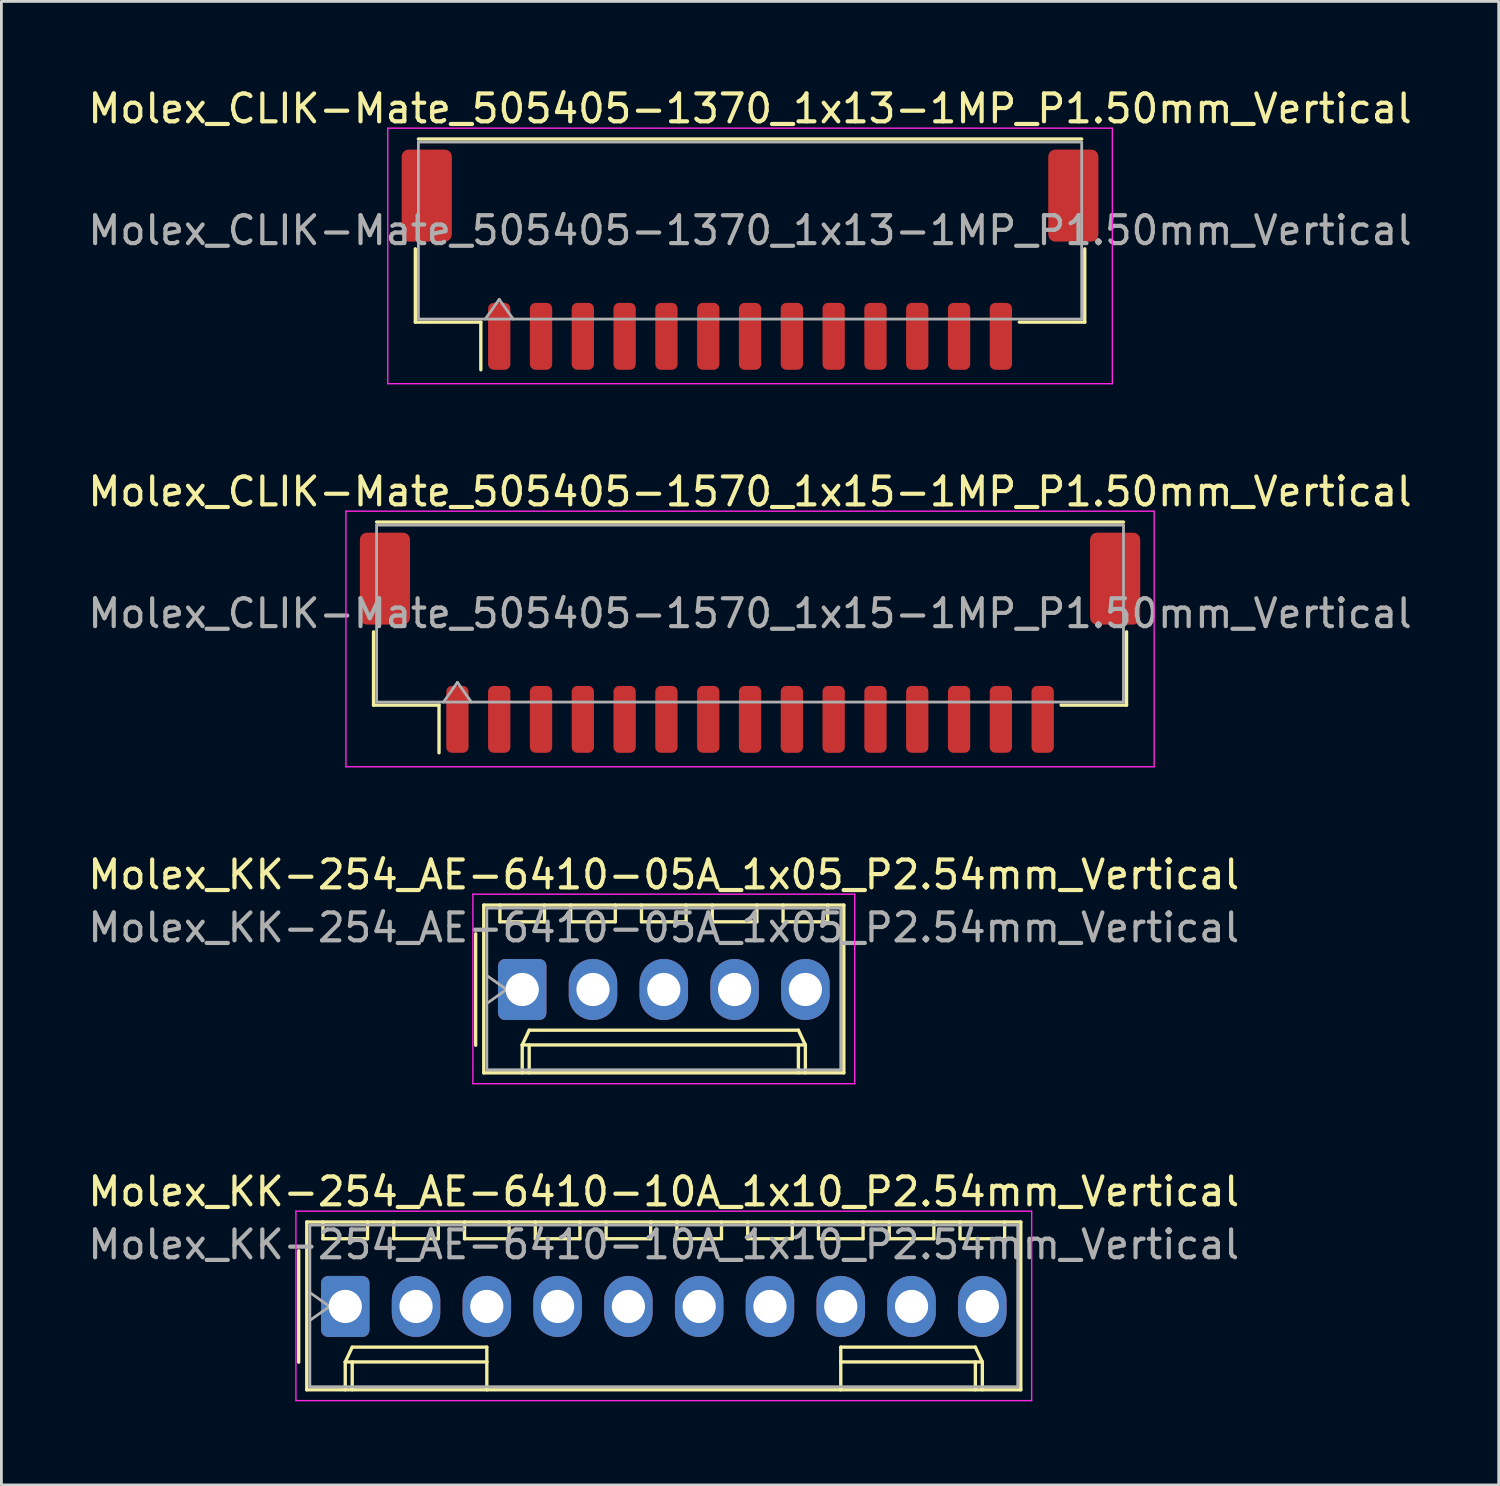
<source format=kicad_pcb>
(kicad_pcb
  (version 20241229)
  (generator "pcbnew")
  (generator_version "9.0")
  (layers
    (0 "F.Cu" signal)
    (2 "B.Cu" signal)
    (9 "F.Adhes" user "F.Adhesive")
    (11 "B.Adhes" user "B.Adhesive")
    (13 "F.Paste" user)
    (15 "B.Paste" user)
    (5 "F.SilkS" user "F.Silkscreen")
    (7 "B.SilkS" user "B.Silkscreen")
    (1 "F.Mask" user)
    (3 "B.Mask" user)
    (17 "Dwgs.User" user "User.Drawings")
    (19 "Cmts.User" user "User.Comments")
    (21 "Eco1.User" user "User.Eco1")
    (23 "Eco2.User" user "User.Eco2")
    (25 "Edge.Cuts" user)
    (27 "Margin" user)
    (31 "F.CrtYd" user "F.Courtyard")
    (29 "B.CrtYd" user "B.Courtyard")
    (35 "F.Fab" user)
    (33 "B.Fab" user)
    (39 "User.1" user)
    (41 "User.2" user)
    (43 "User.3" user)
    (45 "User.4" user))
  (footprint "Molex_KK-254_AE-6410-10A_1x10_P2.54mm_Vertical"
    (layer "F.Cu")
    (at 9.338 43.828)
    (property "Reference" "Molex_KK-254_AE-6410-10A_1x10_P2.54mm_Vertical" (at 11.43 -4.12 0) (layer "F.SilkS") (effects (font (size 1 1) (thickness 0.15))))
    (attr through_hole)
    (fp_line (start -1.67 -2) (end -1.67 2) (stroke (width 0.12) (type solid)) (layer "F.SilkS"))
    (fp_line (start -1.38 -3.03) (end -1.38 2.99) (stroke (width 0.12) (type solid)) (layer "F.SilkS"))
    (fp_line (start -1.38 2.99) (end 24.24 2.99) (stroke (width 0.12) (type solid)) (layer "F.SilkS"))
    (fp_line (start -0.8 -3.03) (end -0.8 -2.43) (stroke (width 0.12) (type solid)) (layer "F.SilkS"))
    (fp_line (start -0.8 -2.43) (end 0.8 -2.43) (stroke (width 0.12) (type solid)) (layer "F.SilkS"))
    (fp_line (start 0 1.99) (end 0.25 1.46) (stroke (width 0.12) (type solid)) (layer "F.SilkS"))
    (fp_line (start 0 1.99) (end 5.08 1.99) (stroke (width 0.12) (type solid)) (layer "F.SilkS"))
    (fp_line (start 0 2.99) (end 0 1.99) (stroke (width 0.12) (type solid)) (layer "F.SilkS"))
    (fp_line (start 0.25 1.46) (end 5.08 1.46) (stroke (width 0.12) (type solid)) (layer "F.SilkS"))
    (fp_line (start 0.25 2.99) (end 0.25 1.99) (stroke (width 0.12) (type solid)) (layer "F.SilkS"))
    (fp_line (start 0.8 -2.43) (end 0.8 -3.03) (stroke (width 0.12) (type solid)) (layer "F.SilkS"))
    (fp_line (start 1.74 -3.03) (end 1.74 -2.43) (stroke (width 0.12) (type solid)) (layer "F.SilkS"))
    (fp_line (start 1.74 -2.43) (end 3.34 -2.43) (stroke (width 0.12) (type solid)) (layer "F.SilkS"))
    (fp_line (start 3.34 -2.43) (end 3.34 -3.03) (stroke (width 0.12) (type solid)) (layer "F.SilkS"))
    (fp_line (start 4.28 -3.03) (end 4.28 -2.43) (stroke (width 0.12) (type solid)) (layer "F.SilkS"))
    (fp_line (start 4.28 -2.43) (end 5.88 -2.43) (stroke (width 0.12) (type solid)) (layer "F.SilkS"))
    (fp_line (start 5.08 1.46) (end 5.08 1.99) (stroke (width 0.12) (type solid)) (layer "F.SilkS"))
    (fp_line (start 5.08 1.99) (end 5.08 2.99) (stroke (width 0.12) (type solid)) (layer "F.SilkS"))
    (fp_line (start 5.88 -2.43) (end 5.88 -3.03) (stroke (width 0.12) (type solid)) (layer "F.SilkS"))
    (fp_line (start 6.82 -3.03) (end 6.82 -2.43) (stroke (width 0.12) (type solid)) (layer "F.SilkS"))
    (fp_line (start 6.82 -2.43) (end 8.42 -2.43) (stroke (width 0.12) (type solid)) (layer "F.SilkS"))
    (fp_line (start 8.42 -2.43) (end 8.42 -3.03) (stroke (width 0.12) (type solid)) (layer "F.SilkS"))
    (fp_line (start 9.36 -3.03) (end 9.36 -2.43) (stroke (width 0.12) (type solid)) (layer "F.SilkS"))
    (fp_line (start 9.36 -2.43) (end 10.96 -2.43) (stroke (width 0.12) (type solid)) (layer "F.SilkS"))
    (fp_line (start 10.96 -2.43) (end 10.96 -3.03) (stroke (width 0.12) (type solid)) (layer "F.SilkS"))
    (fp_line (start 11.9 -3.03) (end 11.9 -2.43) (stroke (width 0.12) (type solid)) (layer "F.SilkS"))
    (fp_line (start 11.9 -2.43) (end 13.5 -2.43) (stroke (width 0.12) (type solid)) (layer "F.SilkS"))
    (fp_line (start 13.5 -2.43) (end 13.5 -3.03) (stroke (width 0.12) (type solid)) (layer "F.SilkS"))
    (fp_line (start 14.44 -3.03) (end 14.44 -2.43) (stroke (width 0.12) (type solid)) (layer "F.SilkS"))
    (fp_line (start 14.44 -2.43) (end 16.04 -2.43) (stroke (width 0.12) (type solid)) (layer "F.SilkS"))
    (fp_line (start 16.04 -2.43) (end 16.04 -3.03) (stroke (width 0.12) (type solid)) (layer "F.SilkS"))
    (fp_line (start 16.98 -3.03) (end 16.98 -2.43) (stroke (width 0.12) (type solid)) (layer "F.SilkS"))
    (fp_line (start 16.98 -2.43) (end 18.58 -2.43) (stroke (width 0.12) (type solid)) (layer "F.SilkS"))
    (fp_line (start 17.78 1.46) (end 17.78 1.99) (stroke (width 0.12) (type solid)) (layer "F.SilkS"))
    (fp_line (start 17.78 1.99) (end 17.78 2.99) (stroke (width 0.12) (type solid)) (layer "F.SilkS"))
    (fp_line (start 18.58 -2.43) (end 18.58 -3.03) (stroke (width 0.12) (type solid)) (layer "F.SilkS"))
    (fp_line (start 19.52 -3.03) (end 19.52 -2.43) (stroke (width 0.12) (type solid)) (layer "F.SilkS"))
    (fp_line (start 19.52 -2.43) (end 21.12 -2.43) (stroke (width 0.12) (type solid)) (layer "F.SilkS"))
    (fp_line (start 21.12 -2.43) (end 21.12 -3.03) (stroke (width 0.12) (type solid)) (layer "F.SilkS"))
    (fp_line (start 22.06 -3.03) (end 22.06 -2.43) (stroke (width 0.12) (type solid)) (layer "F.SilkS"))
    (fp_line (start 22.06 -2.43) (end 23.66 -2.43) (stroke (width 0.12) (type solid)) (layer "F.SilkS"))
    (fp_line (start 22.61 1.46) (end 17.78 1.46) (stroke (width 0.12) (type solid)) (layer "F.SilkS"))
    (fp_line (start 22.61 2.99) (end 22.61 1.99) (stroke (width 0.12) (type solid)) (layer "F.SilkS"))
    (fp_line (start 22.86 1.99) (end 17.78 1.99) (stroke (width 0.12) (type solid)) (layer "F.SilkS"))
    (fp_line (start 22.86 1.99) (end 22.61 1.46) (stroke (width 0.12) (type solid)) (layer "F.SilkS"))
    (fp_line (start 22.86 2.99) (end 22.86 1.99) (stroke (width 0.12) (type solid)) (layer "F.SilkS"))
    (fp_line (start 23.66 -2.43) (end 23.66 -3.03) (stroke (width 0.12) (type solid)) (layer "F.SilkS"))
    (fp_line (start 24.24 -3.03) (end -1.38 -3.03) (stroke (width 0.12) (type solid)) (layer "F.SilkS"))
    (fp_line (start 24.24 2.99) (end 24.24 -3.03) (stroke (width 0.12) (type solid)) (layer "F.SilkS"))
    (fp_line (start -1.77 -3.42) (end -1.77 3.38) (stroke (width 0.05) (type solid)) (layer "F.CrtYd"))
    (fp_line (start -1.77 3.38) (end 24.63 3.38) (stroke (width 0.05) (type solid)) (layer "F.CrtYd"))
    (fp_line (start 24.63 -3.42) (end -1.77 -3.42) (stroke (width 0.05) (type solid)) (layer "F.CrtYd"))
    (fp_line (start 24.63 3.38) (end 24.63 -3.42) (stroke (width 0.05) (type solid)) (layer "F.CrtYd"))
    (fp_line (start -1.27 -2.92) (end -1.27 2.88) (stroke (width 0.1) (type solid)) (layer "F.Fab"))
    (fp_line (start -1.27 -0.5) (end -0.563 0) (stroke (width 0.1) (type solid)) (layer "F.Fab"))
    (fp_line (start -1.27 2.88) (end 24.13 2.88) (stroke (width 0.1) (type solid)) (layer "F.Fab"))
    (fp_line (start -0.563 0) (end -1.27 0.5) (stroke (width 0.1) (type solid)) (layer "F.Fab"))
    (fp_line (start 24.13 -2.92) (end -1.27 -2.92) (stroke (width 0.1) (type solid)) (layer "F.Fab"))
    (fp_line (start 24.13 2.88) (end 24.13 -2.92) (stroke (width 0.1) (type solid)) (layer "F.Fab"))
    (fp_text user "${REFERENCE}" (at 11.43 -2.22 0) (layer "F.Fab") (effects (font (size 1 1) (thickness 0.15))))
    (pad "1" thru_hole roundrect (at 0 0) (size 1.74 2.19) (drill 1.19) (layers "*.Cu" "*.Mask") (roundrect_rratio 0.144))
    (pad "2" thru_hole oval (at 2.54 0) (size 1.74 2.19) (drill 1.19) (layers "*.Cu" "*.Mask"))
    (pad "3" thru_hole oval (at 5.08 0) (size 1.74 2.19) (drill 1.19) (layers "*.Cu" "*.Mask"))
    (pad "4" thru_hole oval (at 7.62 0) (size 1.74 2.19) (drill 1.19) (layers "*.Cu" "*.Mask"))
    (pad "5" thru_hole oval (at 10.16 0) (size 1.74 2.19) (drill 1.19) (layers "*.Cu" "*.Mask"))
    (pad "6" thru_hole oval (at 12.7 0) (size 1.74 2.19) (drill 1.19) (layers "*.Cu" "*.Mask"))
    (pad "7" thru_hole oval (at 15.24 0) (size 1.74 2.19) (drill 1.19) (layers "*.Cu" "*.Mask"))
    (pad "8" thru_hole oval (at 17.78 0) (size 1.74 2.19) (drill 1.19) (layers "*.Cu" "*.Mask"))
    (pad "9" thru_hole oval (at 20.32 0) (size 1.74 2.19) (drill 1.19) (layers "*.Cu" "*.Mask"))
    (pad "10" thru_hole oval (at 22.86 0) (size 1.74 2.19) (drill 1.19) (layers "*.Cu" "*.Mask")))
  (footprint "Molex_KK-254_AE-6410-05A_1x05_P2.54mm_Vertical"
    (layer "F.Cu")
    (at 15.688 32.455)
    (property "Reference" "Molex_KK-254_AE-6410-05A_1x05_P2.54mm_Vertical" (at 5.08 -4.12 0) (layer "F.SilkS") (effects (font (size 1 1) (thickness 0.15))))
    (attr through_hole)
    (fp_line (start -1.67 -2) (end -1.67 2) (stroke (width 0.12) (type solid)) (layer "F.SilkS"))
    (fp_line (start -1.38 -3.03) (end -1.38 2.99) (stroke (width 0.12) (type solid)) (layer "F.SilkS"))
    (fp_line (start -1.38 2.99) (end 11.54 2.99) (stroke (width 0.12) (type solid)) (layer "F.SilkS"))
    (fp_line (start -0.8 -3.03) (end -0.8 -2.43) (stroke (width 0.12) (type solid)) (layer "F.SilkS"))
    (fp_line (start -0.8 -2.43) (end 0.8 -2.43) (stroke (width 0.12) (type solid)) (layer "F.SilkS"))
    (fp_line (start 0 1.99) (end 0.25 1.46) (stroke (width 0.12) (type solid)) (layer "F.SilkS"))
    (fp_line (start 0 1.99) (end 10.16 1.99) (stroke (width 0.12) (type solid)) (layer "F.SilkS"))
    (fp_line (start 0 2.99) (end 0 1.99) (stroke (width 0.12) (type solid)) (layer "F.SilkS"))
    (fp_line (start 0.25 1.46) (end 9.91 1.46) (stroke (width 0.12) (type solid)) (layer "F.SilkS"))
    (fp_line (start 0.25 2.99) (end 0.25 1.99) (stroke (width 0.12) (type solid)) (layer "F.SilkS"))
    (fp_line (start 0.8 -2.43) (end 0.8 -3.03) (stroke (width 0.12) (type solid)) (layer "F.SilkS"))
    (fp_line (start 1.74 -3.03) (end 1.74 -2.43) (stroke (width 0.12) (type solid)) (layer "F.SilkS"))
    (fp_line (start 1.74 -2.43) (end 3.34 -2.43) (stroke (width 0.12) (type solid)) (layer "F.SilkS"))
    (fp_line (start 3.34 -2.43) (end 3.34 -3.03) (stroke (width 0.12) (type solid)) (layer "F.SilkS"))
    (fp_line (start 4.28 -3.03) (end 4.28 -2.43) (stroke (width 0.12) (type solid)) (layer "F.SilkS"))
    (fp_line (start 4.28 -2.43) (end 5.88 -2.43) (stroke (width 0.12) (type solid)) (layer "F.SilkS"))
    (fp_line (start 5.88 -2.43) (end 5.88 -3.03) (stroke (width 0.12) (type solid)) (layer "F.SilkS"))
    (fp_line (start 6.82 -3.03) (end 6.82 -2.43) (stroke (width 0.12) (type solid)) (layer "F.SilkS"))
    (fp_line (start 6.82 -2.43) (end 8.42 -2.43) (stroke (width 0.12) (type solid)) (layer "F.SilkS"))
    (fp_line (start 8.42 -2.43) (end 8.42 -3.03) (stroke (width 0.12) (type solid)) (layer "F.SilkS"))
    (fp_line (start 9.36 -3.03) (end 9.36 -2.43) (stroke (width 0.12) (type solid)) (layer "F.SilkS"))
    (fp_line (start 9.36 -2.43) (end 10.96 -2.43) (stroke (width 0.12) (type solid)) (layer "F.SilkS"))
    (fp_line (start 9.91 1.46) (end 10.16 1.99) (stroke (width 0.12) (type solid)) (layer "F.SilkS"))
    (fp_line (start 9.91 2.99) (end 9.91 1.99) (stroke (width 0.12) (type solid)) (layer "F.SilkS"))
    (fp_line (start 10.16 1.99) (end 10.16 2.99) (stroke (width 0.12) (type solid)) (layer "F.SilkS"))
    (fp_line (start 10.96 -2.43) (end 10.96 -3.03) (stroke (width 0.12) (type solid)) (layer "F.SilkS"))
    (fp_line (start 11.54 -3.03) (end -1.38 -3.03) (stroke (width 0.12) (type solid)) (layer "F.SilkS"))
    (fp_line (start 11.54 2.99) (end 11.54 -3.03) (stroke (width 0.12) (type solid)) (layer "F.SilkS"))
    (fp_line (start -1.77 -3.42) (end -1.77 3.38) (stroke (width 0.05) (type solid)) (layer "F.CrtYd"))
    (fp_line (start -1.77 3.38) (end 11.93 3.38) (stroke (width 0.05) (type solid)) (layer "F.CrtYd"))
    (fp_line (start 11.93 -3.42) (end -1.77 -3.42) (stroke (width 0.05) (type solid)) (layer "F.CrtYd"))
    (fp_line (start 11.93 3.38) (end 11.93 -3.42) (stroke (width 0.05) (type solid)) (layer "F.CrtYd"))
    (fp_line (start -1.27 -2.92) (end -1.27 2.88) (stroke (width 0.1) (type solid)) (layer "F.Fab"))
    (fp_line (start -1.27 -0.5) (end -0.563 0) (stroke (width 0.1) (type solid)) (layer "F.Fab"))
    (fp_line (start -1.27 2.88) (end 11.43 2.88) (stroke (width 0.1) (type solid)) (layer "F.Fab"))
    (fp_line (start -0.563 0) (end -1.27 0.5) (stroke (width 0.1) (type solid)) (layer "F.Fab"))
    (fp_line (start 11.43 -2.92) (end -1.27 -2.92) (stroke (width 0.1) (type solid)) (layer "F.Fab"))
    (fp_line (start 11.43 2.88) (end 11.43 -2.92) (stroke (width 0.1) (type solid)) (layer "F.Fab"))
    (fp_text user "${REFERENCE}" (at 5.08 -2.22 0) (layer "F.Fab") (effects (font (size 1 1) (thickness 0.15))))
    (pad "1" thru_hole roundrect (at 0 0) (size 1.74 2.19) (drill 1.19) (layers "*.Cu" "*.Mask") (roundrect_rratio 0.144))
    (pad "2" thru_hole oval (at 2.54 0) (size 1.74 2.19) (drill 1.19) (layers "*.Cu" "*.Mask"))
    (pad "3" thru_hole oval (at 5.08 0) (size 1.74 2.19) (drill 1.19) (layers "*.Cu" "*.Mask"))
    (pad "4" thru_hole oval (at 7.62 0) (size 1.74 2.19) (drill 1.19) (layers "*.Cu" "*.Mask"))
    (pad "5" thru_hole oval (at 10.16 0) (size 1.74 2.19) (drill 1.19) (layers "*.Cu" "*.Mask")))
  (footprint "Molex_CLIK-Mate_505405-1570_1x15-1MP_P1.50mm_Vertical"
    (layer "F.Cu")
    (at 23.863 20.012)
    (property "Reference" "Molex_CLIK-Mate_505405-1570_1x15-1MP_P1.50mm_Vertical" (at 0 -5.42 0) (layer "F.SilkS") (effects (font (size 1 1) (thickness 0.15))))
    (attr smd)
    (fp_line (start -13.51 -0.39) (end -13.51 2.24) (stroke (width 0.12) (type solid)) (layer "F.SilkS"))
    (fp_line (start -13.51 2.24) (end -11.16 2.24) (stroke (width 0.12) (type solid)) (layer "F.SilkS"))
    (fp_line (start -13.4 -4.33) (end 13.4 -4.33) (stroke (width 0.12) (type solid)) (layer "F.SilkS"))
    (fp_line (start -11.16 2.24) (end -11.16 3.95) (stroke (width 0.12) (type solid)) (layer "F.SilkS"))
    (fp_line (start 13.51 -0.39) (end 13.51 2.24) (stroke (width 0.12) (type solid)) (layer "F.SilkS"))
    (fp_line (start 13.51 2.24) (end 11.16 2.24) (stroke (width 0.12) (type solid)) (layer "F.SilkS"))
    (fp_line (start -14.5 -4.72) (end -14.5 4.45) (stroke (width 0.05) (type solid)) (layer "F.CrtYd"))
    (fp_line (start -14.5 4.45) (end 14.5 4.45) (stroke (width 0.05) (type solid)) (layer "F.CrtYd"))
    (fp_line (start 14.5 -4.72) (end -14.5 -4.72) (stroke (width 0.05) (type solid)) (layer "F.CrtYd"))
    (fp_line (start 14.5 4.45) (end 14.5 -4.72) (stroke (width 0.05) (type solid)) (layer "F.CrtYd"))
    (fp_line (start -13.4 -4.22) (end 13.4 -4.22) (stroke (width 0.1) (type solid)) (layer "F.Fab"))
    (fp_line (start -13.4 2.13) (end -13.4 -4.22) (stroke (width 0.1) (type solid)) (layer "F.Fab"))
    (fp_line (start -13.4 2.13) (end 13.4 2.13) (stroke (width 0.1) (type solid)) (layer "F.Fab"))
    (fp_line (start -11 2.13) (end -10.5 1.423) (stroke (width 0.1) (type solid)) (layer "F.Fab"))
    (fp_line (start -10.5 1.423) (end -10 2.13) (stroke (width 0.1) (type solid)) (layer "F.Fab"))
    (fp_line (start 13.4 2.13) (end 13.4 -4.22) (stroke (width 0.1) (type solid)) (layer "F.Fab"))
    (fp_text user "${REFERENCE}" (at 0 -1.05 0) (layer "F.Fab") (effects (font (size 1 1) (thickness 0.15))))
    (pad "1" smd roundrect (at -10.5 2.75) (size 0.8 2.4) (layers "F.Cu" "F.Mask" "F.Paste") (roundrect_rratio 0.25))
    (pad "2" smd roundrect (at -9 2.75) (size 0.8 2.4) (layers "F.Cu" "F.Mask" "F.Paste") (roundrect_rratio 0.25))
    (pad "3" smd roundrect (at -7.5 2.75) (size 0.8 2.4) (layers "F.Cu" "F.Mask" "F.Paste") (roundrect_rratio 0.25))
    (pad "4" smd roundrect (at -6 2.75) (size 0.8 2.4) (layers "F.Cu" "F.Mask" "F.Paste") (roundrect_rratio 0.25))
    (pad "5" smd roundrect (at -4.5 2.75) (size 0.8 2.4) (layers "F.Cu" "F.Mask" "F.Paste") (roundrect_rratio 0.25))
    (pad "6" smd roundrect (at -3 2.75) (size 0.8 2.4) (layers "F.Cu" "F.Mask" "F.Paste") (roundrect_rratio 0.25))
    (pad "7" smd roundrect (at -1.5 2.75) (size 0.8 2.4) (layers "F.Cu" "F.Mask" "F.Paste") (roundrect_rratio 0.25))
    (pad "8" smd roundrect (at 0 2.75) (size 0.8 2.4) (layers "F.Cu" "F.Mask" "F.Paste") (roundrect_rratio 0.25))
    (pad "9" smd roundrect (at 1.5 2.75) (size 0.8 2.4) (layers "F.Cu" "F.Mask" "F.Paste") (roundrect_rratio 0.25))
    (pad "10" smd roundrect (at 3 2.75) (size 0.8 2.4) (layers "F.Cu" "F.Mask" "F.Paste") (roundrect_rratio 0.25))
    (pad "11" smd roundrect (at 4.5 2.75) (size 0.8 2.4) (layers "F.Cu" "F.Mask" "F.Paste") (roundrect_rratio 0.25))
    (pad "12" smd roundrect (at 6 2.75) (size 0.8 2.4) (layers "F.Cu" "F.Mask" "F.Paste") (roundrect_rratio 0.25))
    (pad "13" smd roundrect (at 7.5 2.75) (size 0.8 2.4) (layers "F.Cu" "F.Mask" "F.Paste") (roundrect_rratio 0.25))
    (pad "14" smd roundrect (at 9 2.75) (size 0.8 2.4) (layers "F.Cu" "F.Mask" "F.Paste") (roundrect_rratio 0.25))
    (pad "15" smd roundrect (at 10.5 2.75) (size 0.8 2.4) (layers "F.Cu" "F.Mask" "F.Paste") (roundrect_rratio 0.25))
    (pad "MP" smd roundrect (at -13.1 -2.3) (size 1.8 3.3) (layers "F.Cu" "F.Mask" "F.Paste") (roundrect_rratio 0.139))
    (pad "MP" smd roundrect (at 13.1 -2.3) (size 1.8 3.3) (layers "F.Cu" "F.Mask" "F.Paste") (roundrect_rratio 0.139)))
  (footprint "Molex_CLIK-Mate_505405-1370_1x13-1MP_P1.50mm_Vertical"
    (layer "F.Cu")
    (at 23.863 6.268)
    (property "Reference" "Molex_CLIK-Mate_505405-1370_1x13-1MP_P1.50mm_Vertical" (at 0 -5.42 0) (layer "F.SilkS") (effects (font (size 1 1) (thickness 0.15))))
    (attr smd)
    (fp_line (start -12.01 -0.39) (end -12.01 2.24) (stroke (width 0.12) (type solid)) (layer "F.SilkS"))
    (fp_line (start -12.01 2.24) (end -9.66 2.24) (stroke (width 0.12) (type solid)) (layer "F.SilkS"))
    (fp_line (start -11.9 -4.33) (end 11.9 -4.33) (stroke (width 0.12) (type solid)) (layer "F.SilkS"))
    (fp_line (start -9.66 2.24) (end -9.66 3.95) (stroke (width 0.12) (type solid)) (layer "F.SilkS"))
    (fp_line (start 12.01 -0.39) (end 12.01 2.24) (stroke (width 0.12) (type solid)) (layer "F.SilkS"))
    (fp_line (start 12.01 2.24) (end 9.66 2.24) (stroke (width 0.12) (type solid)) (layer "F.SilkS"))
    (fp_line (start -13 -4.72) (end -13 4.45) (stroke (width 0.05) (type solid)) (layer "F.CrtYd"))
    (fp_line (start -13 4.45) (end 13 4.45) (stroke (width 0.05) (type solid)) (layer "F.CrtYd"))
    (fp_line (start 13 -4.72) (end -13 -4.72) (stroke (width 0.05) (type solid)) (layer "F.CrtYd"))
    (fp_line (start 13 4.45) (end 13 -4.72) (stroke (width 0.05) (type solid)) (layer "F.CrtYd"))
    (fp_line (start -11.9 -4.22) (end 11.9 -4.22) (stroke (width 0.1) (type solid)) (layer "F.Fab"))
    (fp_line (start -11.9 2.13) (end -11.9 -4.22) (stroke (width 0.1) (type solid)) (layer "F.Fab"))
    (fp_line (start -11.9 2.13) (end 11.9 2.13) (stroke (width 0.1) (type solid)) (layer "F.Fab"))
    (fp_line (start -9.5 2.13) (end -9 1.423) (stroke (width 0.1) (type solid)) (layer "F.Fab"))
    (fp_line (start -9 1.423) (end -8.5 2.13) (stroke (width 0.1) (type solid)) (layer "F.Fab"))
    (fp_line (start 11.9 2.13) (end 11.9 -4.22) (stroke (width 0.1) (type solid)) (layer "F.Fab"))
    (fp_text user "${REFERENCE}" (at 0 -1.05 0) (layer "F.Fab") (effects (font (size 1 1) (thickness 0.15))))
    (pad "1" smd roundrect (at -9 2.75) (size 0.8 2.4) (layers "F.Cu" "F.Mask" "F.Paste") (roundrect_rratio 0.25))
    (pad "2" smd roundrect (at -7.5 2.75) (size 0.8 2.4) (layers "F.Cu" "F.Mask" "F.Paste") (roundrect_rratio 0.25))
    (pad "3" smd roundrect (at -6 2.75) (size 0.8 2.4) (layers "F.Cu" "F.Mask" "F.Paste") (roundrect_rratio 0.25))
    (pad "4" smd roundrect (at -4.5 2.75) (size 0.8 2.4) (layers "F.Cu" "F.Mask" "F.Paste") (roundrect_rratio 0.25))
    (pad "5" smd roundrect (at -3 2.75) (size 0.8 2.4) (layers "F.Cu" "F.Mask" "F.Paste") (roundrect_rratio 0.25))
    (pad "6" smd roundrect (at -1.5 2.75) (size 0.8 2.4) (layers "F.Cu" "F.Mask" "F.Paste") (roundrect_rratio 0.25))
    (pad "7" smd roundrect (at 0 2.75) (size 0.8 2.4) (layers "F.Cu" "F.Mask" "F.Paste") (roundrect_rratio 0.25))
    (pad "8" smd roundrect (at 1.5 2.75) (size 0.8 2.4) (layers "F.Cu" "F.Mask" "F.Paste") (roundrect_rratio 0.25))
    (pad "9" smd roundrect (at 3 2.75) (size 0.8 2.4) (layers "F.Cu" "F.Mask" "F.Paste") (roundrect_rratio 0.25))
    (pad "10" smd roundrect (at 4.5 2.75) (size 0.8 2.4) (layers "F.Cu" "F.Mask" "F.Paste") (roundrect_rratio 0.25))
    (pad "11" smd roundrect (at 6 2.75) (size 0.8 2.4) (layers "F.Cu" "F.Mask" "F.Paste") (roundrect_rratio 0.25))
    (pad "12" smd roundrect (at 7.5 2.75) (size 0.8 2.4) (layers "F.Cu" "F.Mask" "F.Paste") (roundrect_rratio 0.25))
    (pad "13" smd roundrect (at 9 2.75) (size 0.8 2.4) (layers "F.Cu" "F.Mask" "F.Paste") (roundrect_rratio 0.25))
    (pad "MP" smd roundrect (at -11.6 -2.3) (size 1.8 3.3) (layers "F.Cu" "F.Mask" "F.Paste") (roundrect_rratio 0.139))
    (pad "MP" smd roundrect (at 11.6 -2.3) (size 1.8 3.3) (layers "F.Cu" "F.Mask" "F.Paste") (roundrect_rratio 0.139)))
  (gr_rect
    (start -3 -3)
    (end 50.726 50.233)
    (stroke (width 0.1) (type default))
    (fill no)
    (layer "Edge.Cuts")))
</source>
